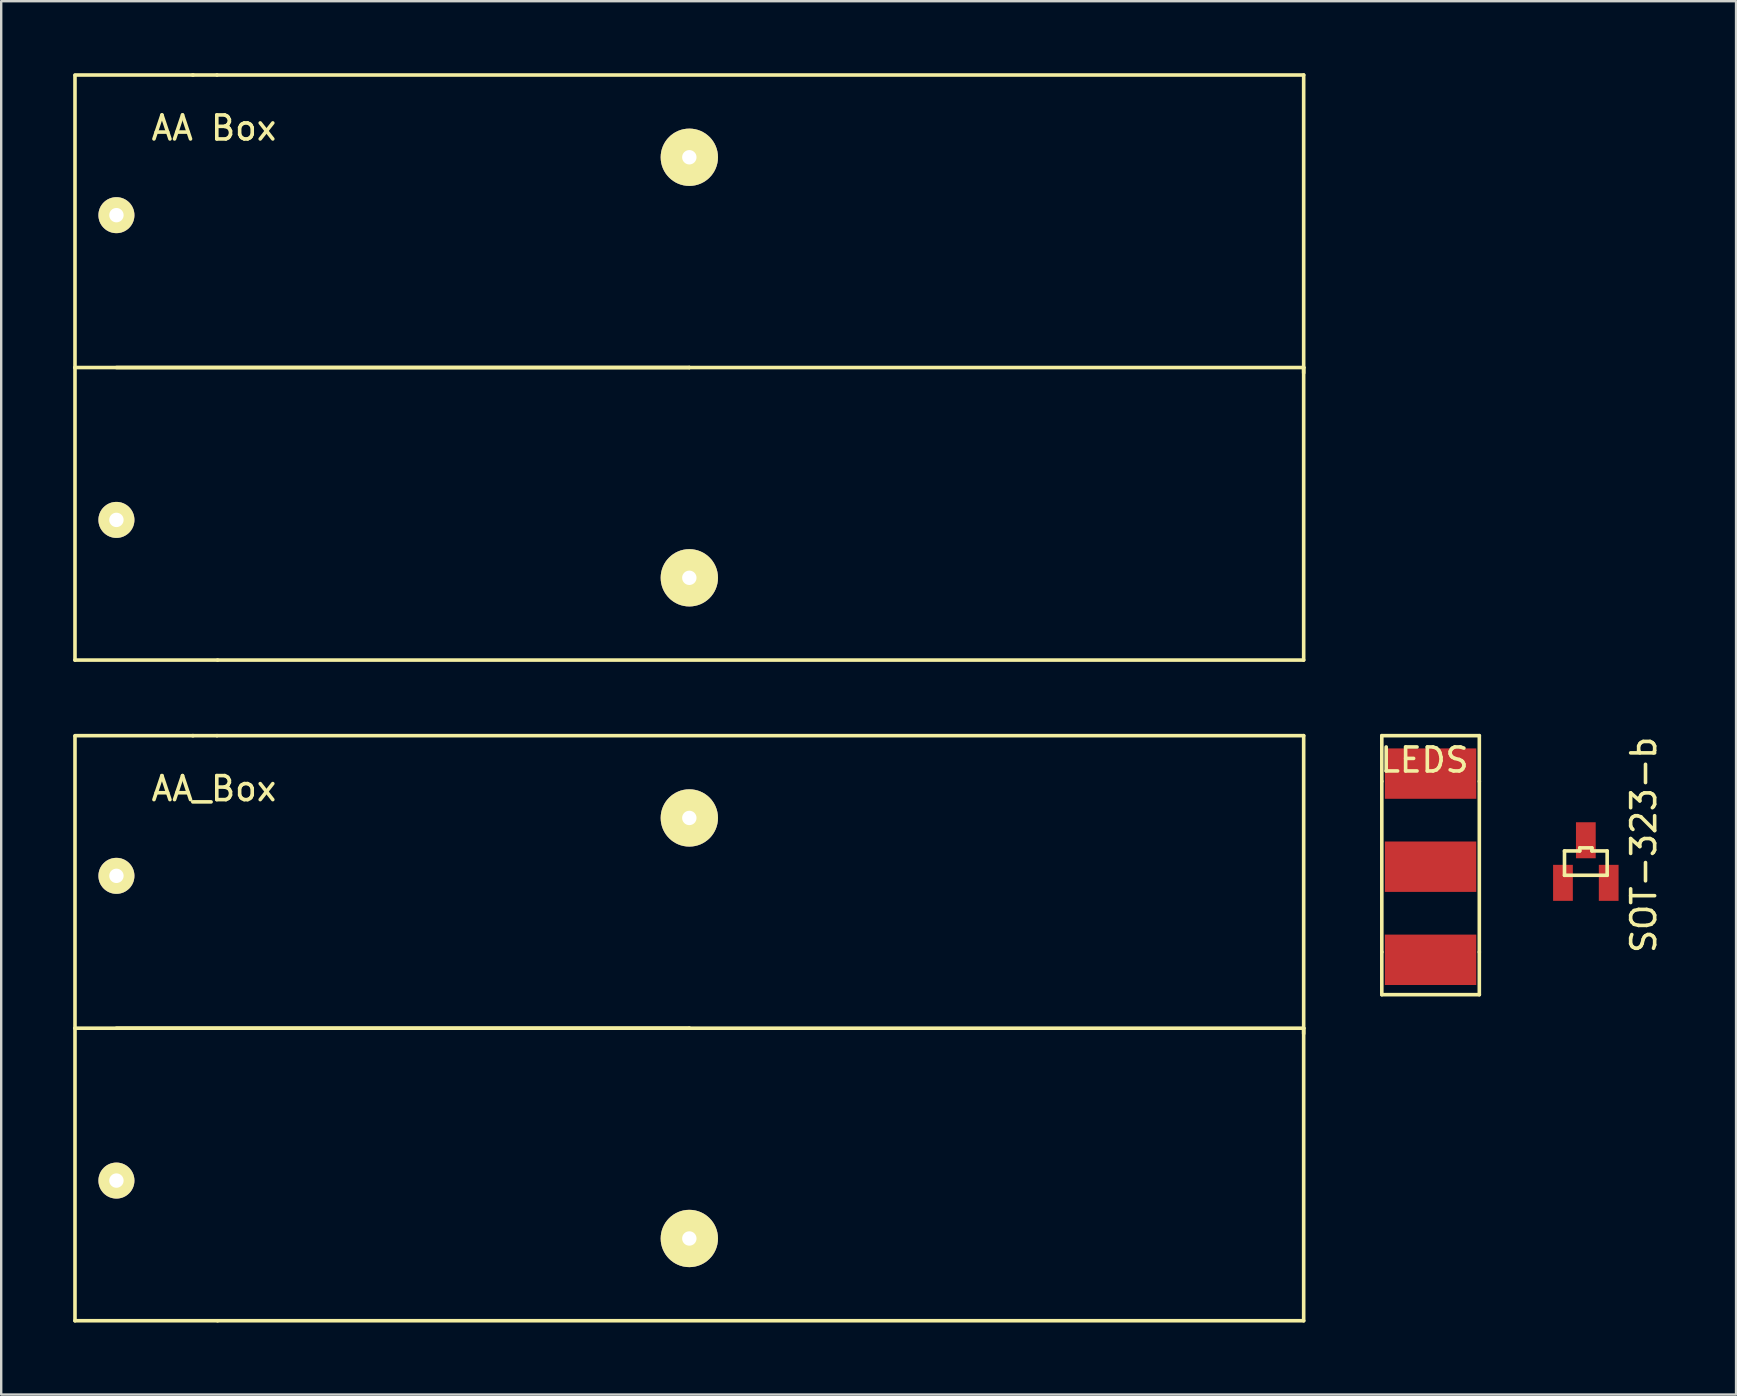
<source format=kicad_pcb>
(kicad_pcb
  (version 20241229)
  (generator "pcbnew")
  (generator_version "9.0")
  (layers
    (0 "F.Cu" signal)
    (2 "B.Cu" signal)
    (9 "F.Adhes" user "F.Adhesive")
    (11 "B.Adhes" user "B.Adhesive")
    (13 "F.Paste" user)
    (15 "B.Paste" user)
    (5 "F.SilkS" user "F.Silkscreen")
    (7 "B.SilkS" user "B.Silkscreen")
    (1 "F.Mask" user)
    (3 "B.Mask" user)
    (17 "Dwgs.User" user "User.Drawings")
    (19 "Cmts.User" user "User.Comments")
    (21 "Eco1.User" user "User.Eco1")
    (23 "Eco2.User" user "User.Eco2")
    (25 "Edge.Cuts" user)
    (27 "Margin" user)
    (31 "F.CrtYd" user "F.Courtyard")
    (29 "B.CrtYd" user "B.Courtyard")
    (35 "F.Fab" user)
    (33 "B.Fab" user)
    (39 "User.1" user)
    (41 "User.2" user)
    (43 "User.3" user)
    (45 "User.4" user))
  (footprint "AA_Box"
    (layer "F.Cu")
    (at 1.802 39.801)
    (property "Reference" "AA_Box" (at 4.064 -9.982 0) (layer "F.SilkS") (effects (font (size 1 1) (thickness 0.15))))
    (attr through_hole)
    (fp_line (start -1.727 0) (end -1.727 -12.167) (stroke (width 0.15) (type solid)) (layer "F.SilkS"))
    (fp_line (start -1.727 0) (end -1.727 12.192) (stroke (width 0.15) (type solid)) (layer "F.SilkS"))
    (fp_line (start -1.727 12.192) (end 4.216 12.192) (stroke (width 0.15) (type solid)) (layer "F.SilkS"))
    (fp_line (start 0 0) (end 23.876 0) (stroke (width 0.15) (type solid)) (layer "F.SilkS"))
    (fp_line (start 3.2 -12.192) (end -1.727 -12.192) (stroke (width 0.15) (type solid)) (layer "F.SilkS"))
    (fp_line (start 4.191 -12.192) (end 3.175 -12.192) (stroke (width 0.15) (type solid)) (layer "F.SilkS"))
    (fp_line (start 23.876 -8.636) (end 23.876 -8.763) (stroke (width 0.15) (type solid)) (layer "F.SilkS"))
    (fp_line (start 23.876 0) (end -1.727 0) (stroke (width 0.15) (type solid)) (layer "F.SilkS"))
    (fp_line (start 23.876 0) (end 49.479 0) (stroke (width 0.15) (type solid)) (layer "F.SilkS"))
    (fp_line (start 49.479 -12.192) (end 4.191 -12.192) (stroke (width 0.15) (type solid)) (layer "F.SilkS"))
    (fp_line (start 49.479 0) (end 49.479 -12.192) (stroke (width 0.15) (type solid)) (layer "F.SilkS"))
    (fp_line (start 49.479 0) (end 49.479 0.229) (stroke (width 0.15) (type solid)) (layer "F.SilkS"))
    (fp_line (start 49.479 0) (end 49.479 12.192) (stroke (width 0.15) (type solid)) (layer "F.SilkS"))
    (fp_line (start 49.479 12.192) (end 4.216 12.192) (stroke (width 0.15) (type solid)) (layer "F.SilkS"))
    (pad "" np_thru_hole circle (at 23.876 -8.763) (size 2.388 2.388) (drill 0.6) (layers "*.Cu" "*.Mask" "F.SilkS"))
    (pad "" np_thru_hole circle (at 23.876 8.763) (size 2.388 2.388) (drill 0.6) (layers "*.Cu" "*.Mask" "F.SilkS"))
    (pad "1" thru_hole circle (at 0 -6.35) (size 1.5 1.5) (drill 0.6) (layers "*.Cu" "*.Mask" "F.SilkS"))
    (pad "2" thru_hole circle (at 0 6.35) (size 1.5 1.5) (drill 0.6) (layers "*.Cu" "*.Mask" "F.SilkS")))
  (footprint "AA Box"
    (layer "F.Cu")
    (at 1.802 12.267)
    (property "Reference" "AA Box" (at 4.064 -9.982 0) (layer "F.SilkS") (effects (font (size 1 1) (thickness 0.15))))
    (attr through_hole)
    (fp_line (start -1.727 0) (end -1.727 -12.167) (stroke (width 0.15) (type solid)) (layer "F.SilkS"))
    (fp_line (start -1.727 0) (end -1.727 12.192) (stroke (width 0.15) (type solid)) (layer "F.SilkS"))
    (fp_line (start -1.727 12.192) (end 4.216 12.192) (stroke (width 0.15) (type solid)) (layer "F.SilkS"))
    (fp_line (start 0 0) (end 23.876 0) (stroke (width 0.15) (type solid)) (layer "F.SilkS"))
    (fp_line (start 3.2 -12.192) (end -1.727 -12.192) (stroke (width 0.15) (type solid)) (layer "F.SilkS"))
    (fp_line (start 4.191 -12.192) (end 3.175 -12.192) (stroke (width 0.15) (type solid)) (layer "F.SilkS"))
    (fp_line (start 23.876 -8.636) (end 23.876 -8.763) (stroke (width 0.15) (type solid)) (layer "F.SilkS"))
    (fp_line (start 23.876 0) (end -1.727 0) (stroke (width 0.15) (type solid)) (layer "F.SilkS"))
    (fp_line (start 23.876 0) (end 49.479 0) (stroke (width 0.15) (type solid)) (layer "F.SilkS"))
    (fp_line (start 49.479 -12.192) (end 4.191 -12.192) (stroke (width 0.15) (type solid)) (layer "F.SilkS"))
    (fp_line (start 49.479 0) (end 49.479 -12.192) (stroke (width 0.15) (type solid)) (layer "F.SilkS"))
    (fp_line (start 49.479 0) (end 49.479 0.229) (stroke (width 0.15) (type solid)) (layer "F.SilkS"))
    (fp_line (start 49.479 0) (end 49.479 12.192) (stroke (width 0.15) (type solid)) (layer "F.SilkS"))
    (fp_line (start 49.479 12.192) (end 4.216 12.192) (stroke (width 0.15) (type solid)) (layer "F.SilkS"))
    (pad "" np_thru_hole circle (at 23.876 -8.763) (size 2.388 2.388) (drill 0.6) (layers "*.Cu" "*.Mask" "F.SilkS"))
    (pad "" np_thru_hole circle (at 23.876 8.763) (size 2.388 2.388) (drill 0.6) (layers "*.Cu" "*.Mask" "F.SilkS"))
    (pad "1" thru_hole circle (at 0 -6.35) (size 1.5 1.5) (drill 0.6) (layers "*.Cu" "*.Mask" "F.SilkS"))
    (pad "2" thru_hole circle (at 0 6.35) (size 1.5 1.5) (drill 0.6) (layers "*.Cu" "*.Mask" "F.SilkS")))
  (footprint "LEDS"
    (placed yes)
    (layer "F.Cu")
    (at 56.569 33.07)
    (property "Reference" "LEDS" (at -0.254 -4.445 0) (layer "F.SilkS") (effects (font (size 1 1) (thickness 0.15))))
    (attr exclude_from_pos_files exclude_from_bom)
    (fp_line (start -2.032 -5.461) (end -2.032 -3.556) (stroke (width 0.15) (type solid)) (layer "F.SilkS"))
    (fp_line (start -2.032 -5.461) (end 2.032 -5.461) (stroke (width 0.15) (type solid)) (layer "F.SilkS"))
    (fp_line (start -2.032 3.556) (end -2.032 -3.556) (stroke (width 0.15) (type solid)) (layer "F.SilkS"))
    (fp_line (start -2.032 3.556) (end -2.032 5.334) (stroke (width 0.15) (type solid)) (layer "F.SilkS"))
    (fp_line (start 2.032 -5.461) (end 2.032 -3.556) (stroke (width 0.15) (type solid)) (layer "F.SilkS"))
    (fp_line (start 2.032 -3.556) (end 2.032 3.556) (stroke (width 0.15) (type solid)) (layer "F.SilkS"))
    (fp_line (start 2.032 3.556) (end 2.032 5.334) (stroke (width 0.15) (type solid)) (layer "F.SilkS"))
    (fp_line (start 2.032 5.334) (end -2.032 5.334) (stroke (width 0.15) (type solid)) (layer "F.SilkS"))
    (pad "1" smd rect (at 0 -3.88) (size 3.81 2.1) (layers "F.Cu" "F.Mask" "F.Paste"))
    (pad "2" smd rect (at 0 0) (size 3.81 2.1) (layers "F.Cu" "F.Mask" "F.Paste"))
    (pad "3" smd rect (at 0 3.88) (size 3.81 2.1) (layers "F.Cu" "F.Mask" "F.Paste")))
  (footprint "SOT-323-b"
    (placed yes)
    (layer "F.Cu")
    (at 63.04 31.968)
    (property "Reference" "SOT-323-b" (at 2.413 0.191 90) (layer "F.SilkS") (effects (font (size 1 1) (thickness 0.15))))
    (attr smd)
    (fp_line (start -0.889 0.445) (end -0.254 0.445) (stroke (width 0.15) (type solid)) (layer "F.SilkS"))
    (fp_line (start -0.889 1.46) (end -0.889 0.445) (stroke (width 0.15) (type solid)) (layer "F.SilkS"))
    (fp_line (start -0.254 0.318) (end 0.254 0.318) (stroke (width 0.15) (type solid)) (layer "F.SilkS"))
    (fp_line (start -0.254 0.445) (end -0.254 0.318) (stroke (width 0.15) (type solid)) (layer "F.SilkS"))
    (fp_line (start 0.254 0.318) (end 0.254 0.445) (stroke (width 0.15) (type solid)) (layer "F.SilkS"))
    (fp_line (start 0.254 0.445) (end 0.889 0.445) (stroke (width 0.15) (type solid)) (layer "F.SilkS"))
    (fp_line (start 0.889 0.445) (end 0.889 1.46) (stroke (width 0.15) (type solid)) (layer "F.SilkS"))
    (fp_line (start 0.889 1.46) (end -0.889 1.46) (stroke (width 0.15) (type solid)) (layer "F.SilkS"))
    (pad "1" smd rect (at -0.953 1.775) (size 0.823 1.501) (layers "F.Cu" "F.Mask" "F.Paste"))
    (pad "2" smd rect (at 0.953 1.775) (size 0.823 1.501) (layers "F.Cu" "F.Mask" "F.Paste"))
    (pad "3" smd rect (at 0 0) (size 0.823 1.501) (layers "F.Cu" "F.Mask" "F.Paste")))
  (gr_rect
    (start -3 -3)
    (end 69.301 55.068)
    (stroke (width 0.1) (type default))
    (fill no)
    (layer "Edge.Cuts")))
</source>
